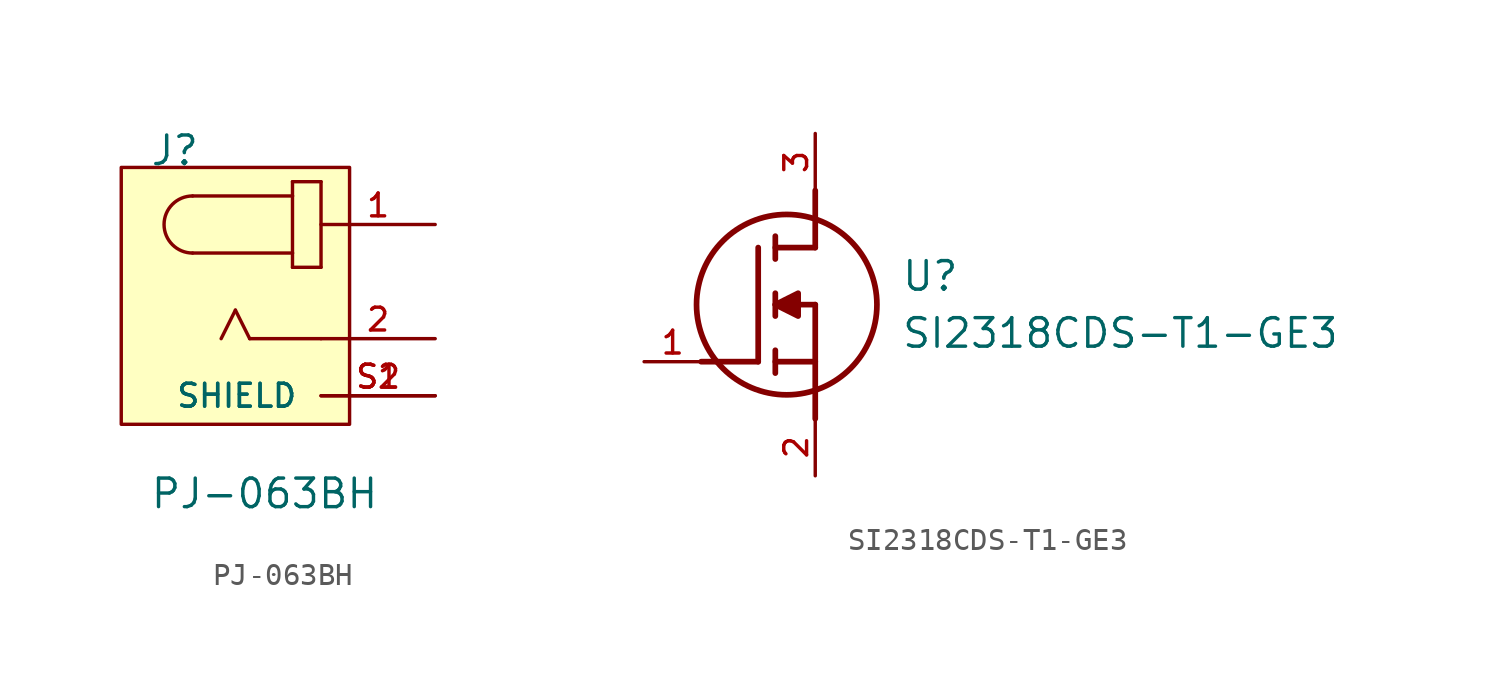
<source format=kicad_sym>
(kicad_symbol_lib
  (version 20231120)
  (generator "kicad_symbol_editor")
  (generator_version "8.0")
  (symbol "PJ-063BH"
    (pin_names
      (offset 1.016))
    (property "Reference" "J"
      (at -7.634 5.09 0)
      (effects (font (size 1.27 1.27)) (justify left bottom)))
    (property "Value" "PJ-063BH"
      (at -7.633 -10.177 0)
      (effects (font (size 1.27 1.27)) (justify left bottom)))
    (symbol "PJ-063BH_0_0"
      (arc (start -5.715 3.81) (mid -6.9794 2.54) (end -5.715 1.27) (stroke (width 0.1524) (type default)) (fill (type none)))
      (polyline (pts (xy -5.715 3.81) (xy -1.27 3.81)) (stroke (width 0.152) (type default)) (fill (type none)))
      (polyline (pts (xy -3.81 -1.27) (xy -4.445 -2.54)) (stroke (width 0.152) (type default)) (fill (type none)))
      (polyline (pts (xy -3.175 -2.54) (xy -3.81 -1.27)) (stroke (width 0.152) (type default)) (fill (type none)))
      (polyline (pts (xy -1.27 0.635) (xy 0 0.635)) (stroke (width 0.152) (type default)) (fill (type none)))
      (polyline (pts (xy -1.27 1.27) (xy -5.715 1.27)) (stroke (width 0.152) (type default)) (fill (type none)))
      (polyline (pts (xy -1.27 1.27) (xy -1.27 0.635)) (stroke (width 0.152) (type default)) (fill (type none)))
      (polyline (pts (xy -1.27 3.81) (xy -1.27 1.27)) (stroke (width 0.152) (type default)) (fill (type none)))
      (polyline (pts (xy -1.27 4.445) (xy -1.27 3.81)) (stroke (width 0.152) (type default)) (fill (type none)))
      (polyline (pts (xy 0 -2.54) (xy -3.175 -2.54)) (stroke (width 0.152) (type default)) (fill (type none)))
      (polyline (pts (xy 0 0.635) (xy 0 4.445)) (stroke (width 0.152) (type default)) (fill (type none)))
      (polyline (pts (xy 0 4.445) (xy -1.27 4.445)) (stroke (width 0.152) (type default)) (fill (type none)))
      (pin passive line (at 5.08 2.54 180) (length 5.08) (name "~" (effects (font (size 1.016 1.016)))) (number "1" (effects (font (size 1.016 1.016)))))
      (pin passive line (at 5.08 -2.54 180) (length 5.08) (name "~" (effects (font (size 1.016 1.016)))) (number "2" (effects (font (size 1.016 1.016)))))
      (pin power_in line (at 5.08 -5.08 180) (length 5.08) (name "SHIELD" (effects (font (size 1.016 1.016)))) (number "S1" (effects (font (size 1.016 1.016)))))
      (pin power_in line (at 5.08 -5.08 180) (length 5.08) (name "SHIELD" (effects (font (size 1.016 1.016)))) (number "S2" (effects (font (size 1.016 1.016))))))
    (symbol "PJ-063BH_0_1"
      (rectangle (start 1.27 5.08) (end -8.89 -6.35) (stroke (width 0) (type default)) (fill (type background)))))
  (symbol "SI2318CDS-T1-GE3"
    (pin_names
      (offset 1.016))
    (property "Reference" "U"
      (at 11.43 3.81 0)
      (effects (font (size 1.27 1.27)) (justify left)))
    (property "Value" "SI2318CDS-T1-GE3"
      (at 11.43 1.27 0)
      (effects (font (size 1.27 1.27)) (justify left)))
    (symbol "SI2318CDS-T1-GE3_0_0"
      (polyline (pts (xy 2.54 0) (xy 5.08 0)) (stroke (width 0.254) (type default)) (fill (type none)))
      (polyline (pts (xy 5.08 5.08) (xy 5.08 0)) (stroke (width 0.254) (type default)) (fill (type none)))
      (polyline (pts (xy 5.842 -0.508) (xy 5.842 0.508)) (stroke (width 0.254) (type default)) (fill (type none)))
      (polyline (pts (xy 5.842 0) (xy 7.62 0)) (stroke (width 0.254) (type default)) (fill (type none)))
      (polyline (pts (xy 5.842 2.032) (xy 5.842 3.048)) (stroke (width 0.254) (type default)) (fill (type none)))
      (polyline (pts (xy 5.842 5.588) (xy 5.842 4.572)) (stroke (width 0.254) (type default)) (fill (type none)))
      (polyline (pts (xy 7.62 2.54) (xy 5.842 2.54)) (stroke (width 0.254) (type default)) (fill (type none)))
      (polyline (pts (xy 7.62 2.54) (xy 7.62 -2.54)) (stroke (width 0.254) (type default)) (fill (type none)))
      (polyline (pts (xy 7.62 5.08) (xy 5.842 5.08)) (stroke (width 0.254) (type default)) (fill (type none)))
      (polyline (pts (xy 7.62 5.08) (xy 7.62 7.62)) (stroke (width 0.254) (type default)) (fill (type none)))
      (polyline (pts (xy 5.842 2.54) (xy 6.858 3.048) (xy 6.858 2.032) (xy 5.842 2.54)) (stroke (width 0.254) (type default)) (fill (type outline)))
      (circle (center 6.35 2.54) (radius 4.016) (stroke (width 0.254) (type default)) (fill (type none)))
      (pin input line (at 0 0 0) (length 2.54) (name "~" (effects (font (size 1.016 1.016)))) (number "1" (effects (font (size 1.016 1.016)))))
      (pin input line (at 7.62 -5.08 90) (length 2.54) (name "~" (effects (font (size 1.016 1.016)))) (number "2" (effects (font (size 1.016 1.016)))))
      (pin output line (at 7.62 10.16 270) (length 2.54) (name "~" (effects (font (size 1.016 1.016)))) (number "3" (effects (font (size 1.016 1.016))))))))
</source>
